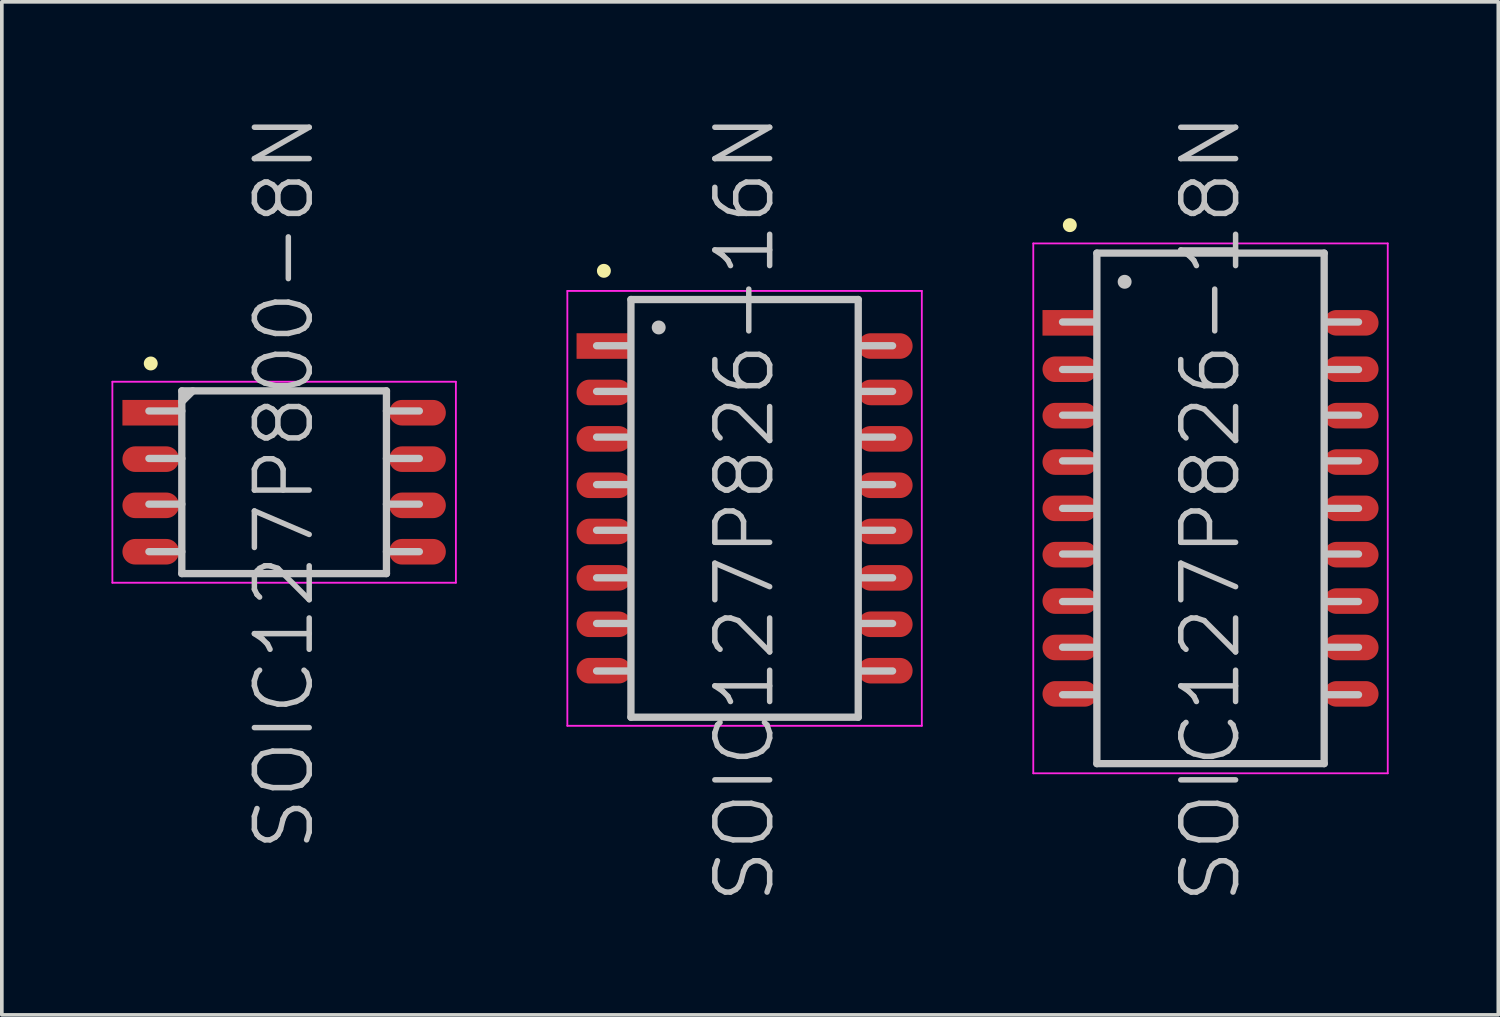
<source format=kicad_pcb>
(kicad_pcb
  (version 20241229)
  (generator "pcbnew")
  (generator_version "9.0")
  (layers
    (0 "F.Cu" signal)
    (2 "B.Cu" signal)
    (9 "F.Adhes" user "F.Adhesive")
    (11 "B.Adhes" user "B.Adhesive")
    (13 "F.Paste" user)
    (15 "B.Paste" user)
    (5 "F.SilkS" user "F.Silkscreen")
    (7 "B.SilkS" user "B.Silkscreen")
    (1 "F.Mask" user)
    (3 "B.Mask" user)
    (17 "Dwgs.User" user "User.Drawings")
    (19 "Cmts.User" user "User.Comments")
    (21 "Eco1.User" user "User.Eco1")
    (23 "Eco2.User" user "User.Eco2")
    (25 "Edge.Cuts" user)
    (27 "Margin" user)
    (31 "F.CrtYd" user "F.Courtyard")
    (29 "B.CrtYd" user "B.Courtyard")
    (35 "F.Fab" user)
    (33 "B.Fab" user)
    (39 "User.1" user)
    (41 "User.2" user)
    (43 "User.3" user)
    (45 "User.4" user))
  (footprint "SOIC127P800-8N"
    (layer "F.Cu")
    (at 4.725 10.146)
    (property "Reference" "SOIC127P800-8N" (at 0 0 90) (layer "Dwgs.User") (effects (font (size 1.5 1.5) (thickness 0.15))))
    (attr smd)
    (fp_line (start -3.65 -3.25) (end -3.65 -3.25) (stroke (width 0.381) (type solid)) (layer "F.SilkS"))
    (fp_line (start -2.8 -2.5) (end -2.8 2.5) (stroke (width 0.2) (type solid)) (layer "Dwgs.User"))
    (fp_line (start -2.8 -2.5) (end 2.8 -2.5) (stroke (width 0.2) (type solid)) (layer "Dwgs.User"))
    (fp_line (start -2.8 -2.2) (end -2.5 -2.5) (stroke (width 0.2) (type solid)) (layer "Dwgs.User"))
    (fp_line (start -2.8 -1.95) (end -3.7 -1.95) (stroke (width 0.2) (type solid)) (layer "Dwgs.User"))
    (fp_line (start -2.8 -0.65) (end -3.7 -0.65) (stroke (width 0.2) (type solid)) (layer "Dwgs.User"))
    (fp_line (start -2.8 0.6) (end -3.7 0.6) (stroke (width 0.2) (type solid)) (layer "Dwgs.User"))
    (fp_line (start -2.8 1.9) (end -3.7 1.9) (stroke (width 0.2) (type solid)) (layer "Dwgs.User"))
    (fp_line (start -2.8 2.5) (end 2.8 2.5) (stroke (width 0.2) (type solid)) (layer "Dwgs.User"))
    (fp_line (start 2.8 -2.5) (end 2.8 2.5) (stroke (width 0.2) (type solid)) (layer "Dwgs.User"))
    (fp_line (start 3.7 -1.95) (end 2.8 -1.95) (stroke (width 0.2) (type solid)) (layer "Dwgs.User"))
    (fp_line (start 3.7 -0.65) (end 2.8 -0.65) (stroke (width 0.2) (type solid)) (layer "Dwgs.User"))
    (fp_line (start 3.7 0.6) (end 2.8 0.6) (stroke (width 0.2) (type solid)) (layer "Dwgs.User"))
    (fp_line (start 3.7 1.9) (end 2.8 1.9) (stroke (width 0.2) (type solid)) (layer "Dwgs.User"))
    (fp_line (start -4.7 -2.75) (end -4.7 2.75) (stroke (width 0.05) (type solid)) (layer "F.CrtYd"))
    (fp_line (start -4.7 -2.75) (end 4.7 -2.75) (stroke (width 0.05) (type solid)) (layer "F.CrtYd"))
    (fp_line (start -4.7 2.75) (end 4.7 2.75) (stroke (width 0.05) (type solid)) (layer "F.CrtYd"))
    (fp_line (start 4.7 -2.75) (end 4.7 2.75) (stroke (width 0.05) (type solid)) (layer "F.CrtYd"))
    (pad "1" smd rect (at -3.65 -1.902 90) (size 0.7 1.55) (layers "F.Cu" "F.Mask" "F.Paste"))
    (pad "2" smd oval (at -3.65 -0.632 90) (size 0.7 1.55) (layers "F.Cu" "F.Mask" "F.Paste"))
    (pad "3" smd oval (at -3.65 0.632 90) (size 0.7 1.55) (layers "F.Cu" "F.Mask" "F.Paste"))
    (pad "4" smd oval (at -3.65 1.902 90) (size 0.7 1.55) (layers "F.Cu" "F.Mask" "F.Paste"))
    (pad "5" smd oval (at 3.65 1.902 270) (size 0.7 1.55) (layers "F.Cu" "F.Mask" "F.Paste"))
    (pad "6" smd oval (at 3.65 0.632 270) (size 0.7 1.55) (layers "F.Cu" "F.Mask" "F.Paste"))
    (pad "7" smd oval (at 3.65 -0.632 270) (size 0.7 1.55) (layers "F.Cu" "F.Mask" "F.Paste"))
    (pad "8" smd oval (at 3.65 -1.902 270) (size 0.7 1.55) (layers "F.Cu" "F.Mask" "F.Paste")))
  (footprint "SOIC127P826-18N"
    (layer "F.Cu")
    (at 30.075 10.861)
    (property "Reference" "SOIC127P826-18N" (at 0 0 90) (layer "Dwgs.User") (effects (font (size 1.5 1.5) (thickness 0.15))))
    (attr smd)
    (fp_line (start -3.85 -7.75) (end -3.85 -7.75) (stroke (width 0.381) (type solid)) (layer "F.SilkS"))
    (fp_line (start -3.15 -5.1) (end -4.05 -5.1) (stroke (width 0.2) (type solid)) (layer "Dwgs.User"))
    (fp_line (start -3.15 -3.8) (end -4.05 -3.8) (stroke (width 0.2) (type solid)) (layer "Dwgs.User"))
    (fp_line (start -3.15 -2.55) (end -4.05 -2.55) (stroke (width 0.2) (type solid)) (layer "Dwgs.User"))
    (fp_line (start -3.15 -1.3) (end -4.05 -1.3) (stroke (width 0.2) (type solid)) (layer "Dwgs.User"))
    (fp_line (start -3.15 0) (end -4.05 0) (stroke (width 0.2) (type solid)) (layer "Dwgs.User"))
    (fp_line (start -3.15 1.25) (end -4.05 1.25) (stroke (width 0.2) (type solid)) (layer "Dwgs.User"))
    (fp_line (start -3.15 2.55) (end -4.05 2.55) (stroke (width 0.2) (type solid)) (layer "Dwgs.User"))
    (fp_line (start -3.15 3.8) (end -4.05 3.8) (stroke (width 0.2) (type solid)) (layer "Dwgs.User"))
    (fp_line (start -3.15 5.1) (end -4.05 5.1) (stroke (width 0.2) (type solid)) (layer "Dwgs.User"))
    (fp_line (start -3.11 -6.985) (end -3.11 6.985) (stroke (width 0.2) (type solid)) (layer "Dwgs.User"))
    (fp_line (start -3.11 -6.985) (end 3.11 -6.985) (stroke (width 0.2) (type solid)) (layer "Dwgs.User"))
    (fp_line (start -3.11 6.985) (end 3.11 6.985) (stroke (width 0.2) (type solid)) (layer "Dwgs.User"))
    (fp_line (start -2.35 -6.2) (end -2.35 -6.2) (stroke (width 0.381) (type solid)) (layer "Dwgs.User"))
    (fp_line (start 3.11 -6.985) (end 3.11 6.985) (stroke (width 0.2) (type solid)) (layer "Dwgs.User"))
    (fp_line (start 4.05 -5.1) (end 3.15 -5.1) (stroke (width 0.2) (type solid)) (layer "Dwgs.User"))
    (fp_line (start 4.05 -3.8) (end 3.15 -3.8) (stroke (width 0.2) (type solid)) (layer "Dwgs.User"))
    (fp_line (start 4.05 -2.55) (end 3.15 -2.55) (stroke (width 0.2) (type solid)) (layer "Dwgs.User"))
    (fp_line (start 4.05 -1.3) (end 3.15 -1.3) (stroke (width 0.2) (type solid)) (layer "Dwgs.User"))
    (fp_line (start 4.05 0) (end 3.15 0) (stroke (width 0.2) (type solid)) (layer "Dwgs.User"))
    (fp_line (start 4.05 1.25) (end 3.15 1.25) (stroke (width 0.2) (type solid)) (layer "Dwgs.User"))
    (fp_line (start 4.05 2.55) (end 3.15 2.55) (stroke (width 0.2) (type solid)) (layer "Dwgs.User"))
    (fp_line (start 4.05 3.8) (end 3.15 3.8) (stroke (width 0.2) (type solid)) (layer "Dwgs.User"))
    (fp_line (start 4.05 5.1) (end 3.15 5.1) (stroke (width 0.2) (type solid)) (layer "Dwgs.User"))
    (fp_line (start -4.85 -7.25) (end -4.85 7.25) (stroke (width 0.05) (type solid)) (layer "F.CrtYd"))
    (fp_line (start -4.85 -7.25) (end 4.85 -7.25) (stroke (width 0.05) (type solid)) (layer "F.CrtYd"))
    (fp_line (start -4.85 7.25) (end 4.85 7.25) (stroke (width 0.05) (type solid)) (layer "F.CrtYd"))
    (fp_line (start 4.85 -7.25) (end 4.85 7.25) (stroke (width 0.05) (type solid)) (layer "F.CrtYd"))
    (pad "1" smd rect (at -3.848 -5.077 90) (size 0.7 1.5) (layers "F.Cu" "F.Mask" "F.Paste"))
    (pad "2" smd oval (at -3.848 -3.807 90) (size 0.7 1.5) (layers "F.Cu" "F.Mask" "F.Paste"))
    (pad "3" smd oval (at -3.848 -2.537 90) (size 0.7 1.5) (layers "F.Cu" "F.Mask" "F.Paste"))
    (pad "4" smd oval (at -3.848 -1.267 90) (size 0.7 1.5) (layers "F.Cu" "F.Mask" "F.Paste"))
    (pad "5" smd oval (at -3.848 0 90) (size 0.7 1.5) (layers "F.Cu" "F.Mask" "F.Paste"))
    (pad "6" smd oval (at -3.848 1.267 90) (size 0.7 1.5) (layers "F.Cu" "F.Mask" "F.Paste"))
    (pad "7" smd oval (at -3.848 2.537 90) (size 0.7 1.5) (layers "F.Cu" "F.Mask" "F.Paste"))
    (pad "8" smd oval (at -3.848 3.807 90) (size 0.7 1.5) (layers "F.Cu" "F.Mask" "F.Paste"))
    (pad "9" smd oval (at -3.848 5.077 90) (size 0.7 1.5) (layers "F.Cu" "F.Mask" "F.Paste"))
    (pad "10" smd oval (at 3.848 5.077 270) (size 0.7 1.5) (layers "F.Cu" "F.Mask" "F.Paste"))
    (pad "11" smd oval (at 3.848 3.807 270) (size 0.7 1.5) (layers "F.Cu" "F.Mask" "F.Paste"))
    (pad "12" smd oval (at 3.848 2.537 270) (size 0.7 1.5) (layers "F.Cu" "F.Mask" "F.Paste"))
    (pad "13" smd oval (at 3.848 1.267 270) (size 0.7 1.5) (layers "F.Cu" "F.Mask" "F.Paste"))
    (pad "14" smd oval (at 3.848 0 270) (size 0.7 1.5) (layers "F.Cu" "F.Mask" "F.Paste"))
    (pad "15" smd oval (at 3.848 -1.267 270) (size 0.7 1.5) (layers "F.Cu" "F.Mask" "F.Paste"))
    (pad "16" smd oval (at 3.848 -2.537 270) (size 0.7 1.5) (layers "F.Cu" "F.Mask" "F.Paste"))
    (pad "17" smd oval (at 3.848 -3.807 270) (size 0.7 1.5) (layers "F.Cu" "F.Mask" "F.Paste"))
    (pad "18" smd oval (at 3.848 -5.077 270) (size 0.7 1.5) (layers "F.Cu" "F.Mask" "F.Paste")))
  (footprint "SOIC127P826-16N"
    (layer "F.Cu")
    (at 17.325 10.861)
    (property "Reference" "SOIC127P826-16N" (at 0 0 90) (layer "Dwgs.User") (effects (font (size 1.5 1.5) (thickness 0.15))))
    (attr smd)
    (fp_line (start -3.85 -6.5) (end -3.85 -6.5) (stroke (width 0.381) (type solid)) (layer "F.SilkS"))
    (fp_line (start -3.15 -4.45) (end -4.05 -4.45) (stroke (width 0.2) (type solid)) (layer "Dwgs.User"))
    (fp_line (start -3.15 -3.2) (end -4.05 -3.2) (stroke (width 0.2) (type solid)) (layer "Dwgs.User"))
    (fp_line (start -3.15 -1.95) (end -4.05 -1.95) (stroke (width 0.2) (type solid)) (layer "Dwgs.User"))
    (fp_line (start -3.15 -0.65) (end -4.05 -0.65) (stroke (width 0.2) (type solid)) (layer "Dwgs.User"))
    (fp_line (start -3.15 0.6) (end -4.05 0.6) (stroke (width 0.2) (type solid)) (layer "Dwgs.User"))
    (fp_line (start -3.15 1.9) (end -4.05 1.9) (stroke (width 0.2) (type solid)) (layer "Dwgs.User"))
    (fp_line (start -3.15 3.15) (end -4.05 3.15) (stroke (width 0.2) (type solid)) (layer "Dwgs.User"))
    (fp_line (start -3.15 4.45) (end -4.05 4.45) (stroke (width 0.2) (type solid)) (layer "Dwgs.User"))
    (fp_line (start -3.11 -5.715) (end -3.11 5.715) (stroke (width 0.2) (type solid)) (layer "Dwgs.User"))
    (fp_line (start -3.11 -5.715) (end 3.11 -5.715) (stroke (width 0.2) (type solid)) (layer "Dwgs.User"))
    (fp_line (start -3.11 5.715) (end 3.11 5.715) (stroke (width 0.2) (type solid)) (layer "Dwgs.User"))
    (fp_line (start -2.35 -4.95) (end -2.35 -4.95) (stroke (width 0.381) (type solid)) (layer "Dwgs.User"))
    (fp_line (start 3.11 -5.715) (end 3.11 5.715) (stroke (width 0.2) (type solid)) (layer "Dwgs.User"))
    (fp_line (start 4.05 -4.45) (end 3.15 -4.45) (stroke (width 0.2) (type solid)) (layer "Dwgs.User"))
    (fp_line (start 4.05 -3.2) (end 3.15 -3.2) (stroke (width 0.2) (type solid)) (layer "Dwgs.User"))
    (fp_line (start 4.05 -1.95) (end 3.15 -1.95) (stroke (width 0.2) (type solid)) (layer "Dwgs.User"))
    (fp_line (start 4.05 -0.65) (end 3.15 -0.65) (stroke (width 0.2) (type solid)) (layer "Dwgs.User"))
    (fp_line (start 4.05 0.6) (end 3.15 0.6) (stroke (width 0.2) (type solid)) (layer "Dwgs.User"))
    (fp_line (start 4.05 1.9) (end 3.15 1.9) (stroke (width 0.2) (type solid)) (layer "Dwgs.User"))
    (fp_line (start 4.05 3.15) (end 3.15 3.15) (stroke (width 0.2) (type solid)) (layer "Dwgs.User"))
    (fp_line (start 4.05 4.45) (end 3.15 4.45) (stroke (width 0.2) (type solid)) (layer "Dwgs.User"))
    (fp_line (start -4.85 -5.95) (end -4.85 5.95) (stroke (width 0.05) (type solid)) (layer "F.CrtYd"))
    (fp_line (start -4.85 -5.95) (end 4.85 -5.95) (stroke (width 0.05) (type solid)) (layer "F.CrtYd"))
    (fp_line (start -4.85 5.95) (end 4.85 5.95) (stroke (width 0.05) (type solid)) (layer "F.CrtYd"))
    (fp_line (start 4.85 -5.95) (end 4.85 5.95) (stroke (width 0.05) (type solid)) (layer "F.CrtYd"))
    (pad "1" smd rect (at -3.848 -4.442 90) (size 0.7 1.5) (layers "F.Cu" "F.Mask" "F.Paste"))
    (pad "2" smd oval (at -3.848 -3.172 90) (size 0.7 1.5) (layers "F.Cu" "F.Mask" "F.Paste"))
    (pad "3" smd oval (at -3.848 -1.902 90) (size 0.7 1.5) (layers "F.Cu" "F.Mask" "F.Paste"))
    (pad "4" smd oval (at -3.848 -0.632 90) (size 0.7 1.5) (layers "F.Cu" "F.Mask" "F.Paste"))
    (pad "5" smd oval (at -3.848 0.632 90) (size 0.7 1.5) (layers "F.Cu" "F.Mask" "F.Paste"))
    (pad "6" smd oval (at -3.848 1.902 90) (size 0.7 1.5) (layers "F.Cu" "F.Mask" "F.Paste"))
    (pad "7" smd oval (at -3.848 3.172 90) (size 0.7 1.5) (layers "F.Cu" "F.Mask" "F.Paste"))
    (pad "8" smd oval (at -3.848 4.442 90) (size 0.7 1.5) (layers "F.Cu" "F.Mask" "F.Paste"))
    (pad "9" smd oval (at 3.848 4.442 270) (size 0.7 1.5) (layers "F.Cu" "F.Mask" "F.Paste"))
    (pad "10" smd oval (at 3.848 3.172 270) (size 0.7 1.5) (layers "F.Cu" "F.Mask" "F.Paste"))
    (pad "11" smd oval (at 3.848 1.902 270) (size 0.7 1.5) (layers "F.Cu" "F.Mask" "F.Paste"))
    (pad "12" smd oval (at 3.848 0.632 270) (size 0.7 1.5) (layers "F.Cu" "F.Mask" "F.Paste"))
    (pad "13" smd oval (at 3.848 -0.632 270) (size 0.7 1.5) (layers "F.Cu" "F.Mask" "F.Paste"))
    (pad "14" smd oval (at 3.848 -1.902 270) (size 0.7 1.5) (layers "F.Cu" "F.Mask" "F.Paste"))
    (pad "15" smd oval (at 3.848 -3.172 270) (size 0.7 1.5) (layers "F.Cu" "F.Mask" "F.Paste"))
    (pad "16" smd oval (at 3.848 -4.442 270) (size 0.7 1.5) (layers "F.Cu" "F.Mask" "F.Paste")))
  (gr_rect
    (start -3 -3)
    (end 37.95 24.721)
    (stroke (width 0.1) (type default))
    (fill no)
    (layer "Edge.Cuts")))
</source>
